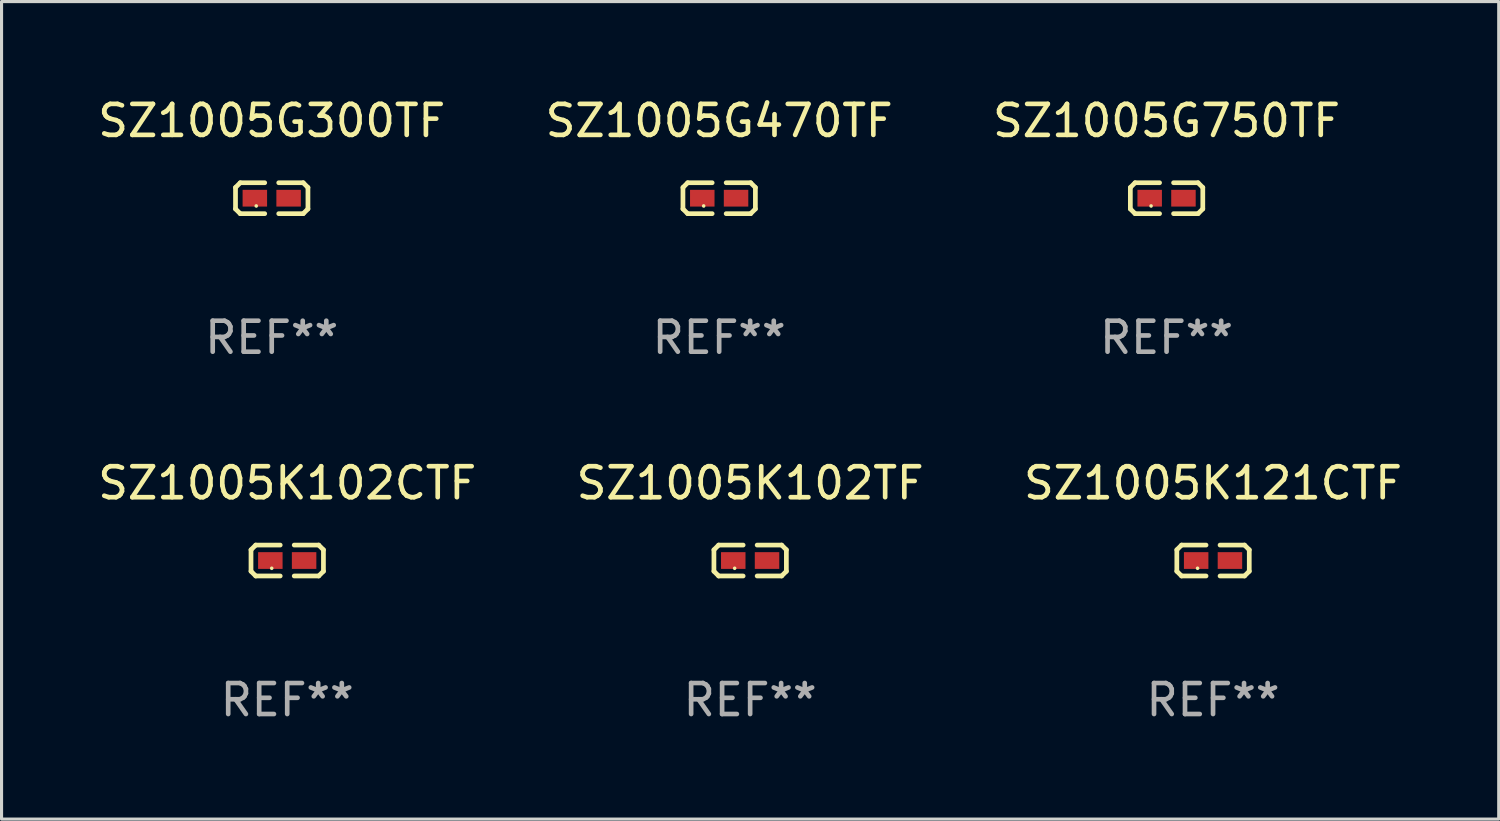
<source format=kicad_pcb>
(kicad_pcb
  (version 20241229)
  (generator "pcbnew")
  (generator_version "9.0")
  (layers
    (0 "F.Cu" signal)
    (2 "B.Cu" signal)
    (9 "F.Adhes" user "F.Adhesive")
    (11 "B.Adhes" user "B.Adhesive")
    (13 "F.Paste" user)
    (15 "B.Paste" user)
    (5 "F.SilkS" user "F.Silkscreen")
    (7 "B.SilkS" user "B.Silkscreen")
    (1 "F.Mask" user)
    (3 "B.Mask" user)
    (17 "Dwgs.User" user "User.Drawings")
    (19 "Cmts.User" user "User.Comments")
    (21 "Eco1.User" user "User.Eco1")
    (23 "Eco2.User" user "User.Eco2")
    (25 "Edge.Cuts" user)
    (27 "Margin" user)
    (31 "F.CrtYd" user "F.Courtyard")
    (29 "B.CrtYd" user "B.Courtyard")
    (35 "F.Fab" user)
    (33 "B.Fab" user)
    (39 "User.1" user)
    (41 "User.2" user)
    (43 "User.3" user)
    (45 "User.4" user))
  (footprint "SZ1005G470TF"
    (layer "F.Cu")
    (at 20.161 3.347)
    (property "Reference" "SZ1005G470TF" (at 0 -2.499 0) (layer "F.SilkS") (effects (font (size 1 1) (thickness 0.15))))
    (attr through_hole)
    (fp_line (start -1.169 -0.346) (end -1.016 -0.499) (stroke (width 0.152) (type solid)) (layer "F.SilkS"))
    (fp_line (start -1.169 0.346) (end -1.169 -0.346) (stroke (width 0.152) (type solid)) (layer "F.SilkS"))
    (fp_line (start -1.016 -0.499) (end -0.226 -0.499) (stroke (width 0.152) (type solid)) (layer "F.SilkS"))
    (fp_line (start -1.016 0.499) (end -1.169 0.346) (stroke (width 0.152) (type solid)) (layer "F.SilkS"))
    (fp_line (start -0.226 0.499) (end -1.016 0.499) (stroke (width 0.152) (type solid)) (layer "F.SilkS"))
    (fp_line (start 0.226 0.499) (end 1.016 0.499) (stroke (width 0.152) (type solid)) (layer "F.SilkS"))
    (fp_line (start 1.016 -0.499) (end 0.226 -0.499) (stroke (width 0.152) (type solid)) (layer "F.SilkS"))
    (fp_line (start 1.016 0.499) (end 1.169 0.346) (stroke (width 0.152) (type solid)) (layer "F.SilkS"))
    (fp_line (start 1.169 -0.346) (end 1.016 -0.499) (stroke (width 0.152) (type solid)) (layer "F.SilkS"))
    (fp_line (start 1.169 0.346) (end 1.169 -0.346) (stroke (width 0.152) (type solid)) (layer "F.SilkS"))
    (fp_circle (center -0.5 0.25) (end -0.47 0.25) (stroke (width 0.06) (type solid)) (fill no) (layer "F.SilkS"))
    (fp_text user "REF**" (at 0 4.499 0) (layer "F.Fab") (effects (font (size 1 1) (thickness 0.15))))
    (pad "1" smd rect (at -0.545 0) (size 0.79 0.54) (layers "F.Cu" "F.Mask" "F.Paste"))
    (pad "2" smd rect (at 0.545 0) (size 0.79 0.54) (layers "F.Cu" "F.Mask" "F.Paste")))
  (footprint "SZ1005G750TF"
    (layer "F.Cu")
    (at 34.601 3.347)
    (property "Reference" "SZ1005G750TF" (at 0 -2.499 0) (layer "F.SilkS") (effects (font (size 1 1) (thickness 0.15))))
    (attr through_hole)
    (fp_line (start -1.169 -0.346) (end -1.016 -0.499) (stroke (width 0.152) (type solid)) (layer "F.SilkS"))
    (fp_line (start -1.169 0.346) (end -1.169 -0.346) (stroke (width 0.152) (type solid)) (layer "F.SilkS"))
    (fp_line (start -1.016 -0.499) (end -0.226 -0.499) (stroke (width 0.152) (type solid)) (layer "F.SilkS"))
    (fp_line (start -1.016 0.499) (end -1.169 0.346) (stroke (width 0.152) (type solid)) (layer "F.SilkS"))
    (fp_line (start -0.226 0.499) (end -1.016 0.499) (stroke (width 0.152) (type solid)) (layer "F.SilkS"))
    (fp_line (start 0.226 0.499) (end 1.016 0.499) (stroke (width 0.152) (type solid)) (layer "F.SilkS"))
    (fp_line (start 1.016 -0.499) (end 0.226 -0.499) (stroke (width 0.152) (type solid)) (layer "F.SilkS"))
    (fp_line (start 1.016 0.499) (end 1.169 0.346) (stroke (width 0.152) (type solid)) (layer "F.SilkS"))
    (fp_line (start 1.169 -0.346) (end 1.016 -0.499) (stroke (width 0.152) (type solid)) (layer "F.SilkS"))
    (fp_line (start 1.169 0.346) (end 1.169 -0.346) (stroke (width 0.152) (type solid)) (layer "F.SilkS"))
    (fp_circle (center -0.5 0.25) (end -0.47 0.25) (stroke (width 0.06) (type solid)) (fill no) (layer "F.SilkS"))
    (fp_text user "REF**" (at 0 4.499 0) (layer "F.Fab") (effects (font (size 1 1) (thickness 0.15))))
    (pad "1" smd rect (at -0.545 0) (size 0.79 0.54) (layers "F.Cu" "F.Mask" "F.Paste"))
    (pad "2" smd rect (at 0.545 0) (size 0.79 0.54) (layers "F.Cu" "F.Mask" "F.Paste")))
  (footprint "SZ1005K102CTF"
    (layer "F.Cu")
    (at 6.22 15.041)
    (property "Reference" "SZ1005K102CTF" (at 0 -2.499 0) (layer "F.SilkS") (effects (font (size 1 1) (thickness 0.15))))
    (attr through_hole)
    (fp_line (start -1.169 -0.346) (end -1.016 -0.499) (stroke (width 0.152) (type solid)) (layer "F.SilkS"))
    (fp_line (start -1.169 0.346) (end -1.169 -0.346) (stroke (width 0.152) (type solid)) (layer "F.SilkS"))
    (fp_line (start -1.016 -0.499) (end -0.226 -0.499) (stroke (width 0.152) (type solid)) (layer "F.SilkS"))
    (fp_line (start -1.016 0.499) (end -1.169 0.346) (stroke (width 0.152) (type solid)) (layer "F.SilkS"))
    (fp_line (start -0.226 0.499) (end -1.016 0.499) (stroke (width 0.152) (type solid)) (layer "F.SilkS"))
    (fp_line (start 0.226 0.499) (end 1.016 0.499) (stroke (width 0.152) (type solid)) (layer "F.SilkS"))
    (fp_line (start 1.016 -0.499) (end 0.226 -0.499) (stroke (width 0.152) (type solid)) (layer "F.SilkS"))
    (fp_line (start 1.016 0.499) (end 1.169 0.346) (stroke (width 0.152) (type solid)) (layer "F.SilkS"))
    (fp_line (start 1.169 -0.346) (end 1.016 -0.499) (stroke (width 0.152) (type solid)) (layer "F.SilkS"))
    (fp_line (start 1.169 0.346) (end 1.169 -0.346) (stroke (width 0.152) (type solid)) (layer "F.SilkS"))
    (fp_circle (center -0.5 0.25) (end -0.47 0.25) (stroke (width 0.06) (type solid)) (fill no) (layer "F.SilkS"))
    (fp_text user "REF**" (at 0 4.499 0) (layer "F.Fab") (effects (font (size 1 1) (thickness 0.15))))
    (pad "1" smd rect (at -0.545 0) (size 0.79 0.54) (layers "F.Cu" "F.Mask" "F.Paste"))
    (pad "2" smd rect (at 0.545 0) (size 0.79 0.54) (layers "F.Cu" "F.Mask" "F.Paste")))
  (footprint "SZ1005K121CTF"
    (layer "F.Cu")
    (at 36.101 15.041)
    (property "Reference" "SZ1005K121CTF" (at 0 -2.499 0) (layer "F.SilkS") (effects (font (size 1 1) (thickness 0.15))))
    (attr through_hole)
    (fp_line (start -1.169 -0.346) (end -1.016 -0.499) (stroke (width 0.152) (type solid)) (layer "F.SilkS"))
    (fp_line (start -1.169 0.346) (end -1.169 -0.346) (stroke (width 0.152) (type solid)) (layer "F.SilkS"))
    (fp_line (start -1.016 -0.499) (end -0.226 -0.499) (stroke (width 0.152) (type solid)) (layer "F.SilkS"))
    (fp_line (start -1.016 0.499) (end -1.169 0.346) (stroke (width 0.152) (type solid)) (layer "F.SilkS"))
    (fp_line (start -0.226 0.499) (end -1.016 0.499) (stroke (width 0.152) (type solid)) (layer "F.SilkS"))
    (fp_line (start 0.226 0.499) (end 1.016 0.499) (stroke (width 0.152) (type solid)) (layer "F.SilkS"))
    (fp_line (start 1.016 -0.499) (end 0.226 -0.499) (stroke (width 0.152) (type solid)) (layer "F.SilkS"))
    (fp_line (start 1.016 0.499) (end 1.169 0.346) (stroke (width 0.152) (type solid)) (layer "F.SilkS"))
    (fp_line (start 1.169 -0.346) (end 1.016 -0.499) (stroke (width 0.152) (type solid)) (layer "F.SilkS"))
    (fp_line (start 1.169 0.346) (end 1.169 -0.346) (stroke (width 0.152) (type solid)) (layer "F.SilkS"))
    (fp_circle (center -0.5 0.25) (end -0.47 0.25) (stroke (width 0.06) (type solid)) (fill no) (layer "F.SilkS"))
    (fp_text user "REF**" (at 0 4.499 0) (layer "F.Fab") (effects (font (size 1 1) (thickness 0.15))))
    (pad "1" smd rect (at -0.545 0) (size 0.79 0.54) (layers "F.Cu" "F.Mask" "F.Paste"))
    (pad "2" smd rect (at 0.545 0) (size 0.79 0.54) (layers "F.Cu" "F.Mask" "F.Paste")))
  (footprint "SZ1005K102TF"
    (layer "F.Cu")
    (at 21.161 15.041)
    (property "Reference" "SZ1005K102TF" (at 0 -2.499 0) (layer "F.SilkS") (effects (font (size 1 1) (thickness 0.15))))
    (attr through_hole)
    (fp_line (start -1.169 -0.346) (end -1.016 -0.499) (stroke (width 0.152) (type solid)) (layer "F.SilkS"))
    (fp_line (start -1.169 0.346) (end -1.169 -0.346) (stroke (width 0.152) (type solid)) (layer "F.SilkS"))
    (fp_line (start -1.016 -0.499) (end -0.226 -0.499) (stroke (width 0.152) (type solid)) (layer "F.SilkS"))
    (fp_line (start -1.016 0.499) (end -1.169 0.346) (stroke (width 0.152) (type solid)) (layer "F.SilkS"))
    (fp_line (start -0.226 0.499) (end -1.016 0.499) (stroke (width 0.152) (type solid)) (layer "F.SilkS"))
    (fp_line (start 0.226 0.499) (end 1.016 0.499) (stroke (width 0.152) (type solid)) (layer "F.SilkS"))
    (fp_line (start 1.016 -0.499) (end 0.226 -0.499) (stroke (width 0.152) (type solid)) (layer "F.SilkS"))
    (fp_line (start 1.016 0.499) (end 1.169 0.346) (stroke (width 0.152) (type solid)) (layer "F.SilkS"))
    (fp_line (start 1.169 -0.346) (end 1.016 -0.499) (stroke (width 0.152) (type solid)) (layer "F.SilkS"))
    (fp_line (start 1.169 0.346) (end 1.169 -0.346) (stroke (width 0.152) (type solid)) (layer "F.SilkS"))
    (fp_circle (center -0.5 0.25) (end -0.47 0.25) (stroke (width 0.06) (type solid)) (fill no) (layer "F.SilkS"))
    (fp_text user "REF**" (at 0 4.499 0) (layer "F.Fab") (effects (font (size 1 1) (thickness 0.15))))
    (pad "1" smd rect (at -0.545 0) (size 0.79 0.54) (layers "F.Cu" "F.Mask" "F.Paste"))
    (pad "2" smd rect (at 0.545 0) (size 0.79 0.54) (layers "F.Cu" "F.Mask" "F.Paste")))
  (footprint "SZ1005G300TF"
    (layer "F.Cu")
    (at 5.72 3.347)
    (property "Reference" "SZ1005G300TF" (at 0 -2.499 0) (layer "F.SilkS") (effects (font (size 1 1) (thickness 0.15))))
    (attr through_hole)
    (fp_line (start -1.169 -0.346) (end -1.016 -0.499) (stroke (width 0.152) (type solid)) (layer "F.SilkS"))
    (fp_line (start -1.169 0.346) (end -1.169 -0.346) (stroke (width 0.152) (type solid)) (layer "F.SilkS"))
    (fp_line (start -1.016 -0.499) (end -0.226 -0.499) (stroke (width 0.152) (type solid)) (layer "F.SilkS"))
    (fp_line (start -1.016 0.499) (end -1.169 0.346) (stroke (width 0.152) (type solid)) (layer "F.SilkS"))
    (fp_line (start -0.226 0.499) (end -1.016 0.499) (stroke (width 0.152) (type solid)) (layer "F.SilkS"))
    (fp_line (start 0.226 0.499) (end 1.016 0.499) (stroke (width 0.152) (type solid)) (layer "F.SilkS"))
    (fp_line (start 1.016 -0.499) (end 0.226 -0.499) (stroke (width 0.152) (type solid)) (layer "F.SilkS"))
    (fp_line (start 1.016 0.499) (end 1.169 0.346) (stroke (width 0.152) (type solid)) (layer "F.SilkS"))
    (fp_line (start 1.169 -0.346) (end 1.016 -0.499) (stroke (width 0.152) (type solid)) (layer "F.SilkS"))
    (fp_line (start 1.169 0.346) (end 1.169 -0.346) (stroke (width 0.152) (type solid)) (layer "F.SilkS"))
    (fp_circle (center -0.5 0.25) (end -0.47 0.25) (stroke (width 0.06) (type solid)) (fill no) (layer "F.SilkS"))
    (fp_text user "REF**" (at 0 4.499 0) (layer "F.Fab") (effects (font (size 1 1) (thickness 0.15))))
    (pad "1" smd rect (at -0.545 0) (size 0.79 0.54) (layers "F.Cu" "F.Mask" "F.Paste"))
    (pad "2" smd rect (at 0.545 0) (size 0.79 0.54) (layers "F.Cu" "F.Mask" "F.Paste")))
  (gr_rect
    (start -3 -3)
    (end 45.321 23.387)
    (stroke (width 0.1) (type default))
    (fill no)
    (layer "Edge.Cuts")))
</source>
